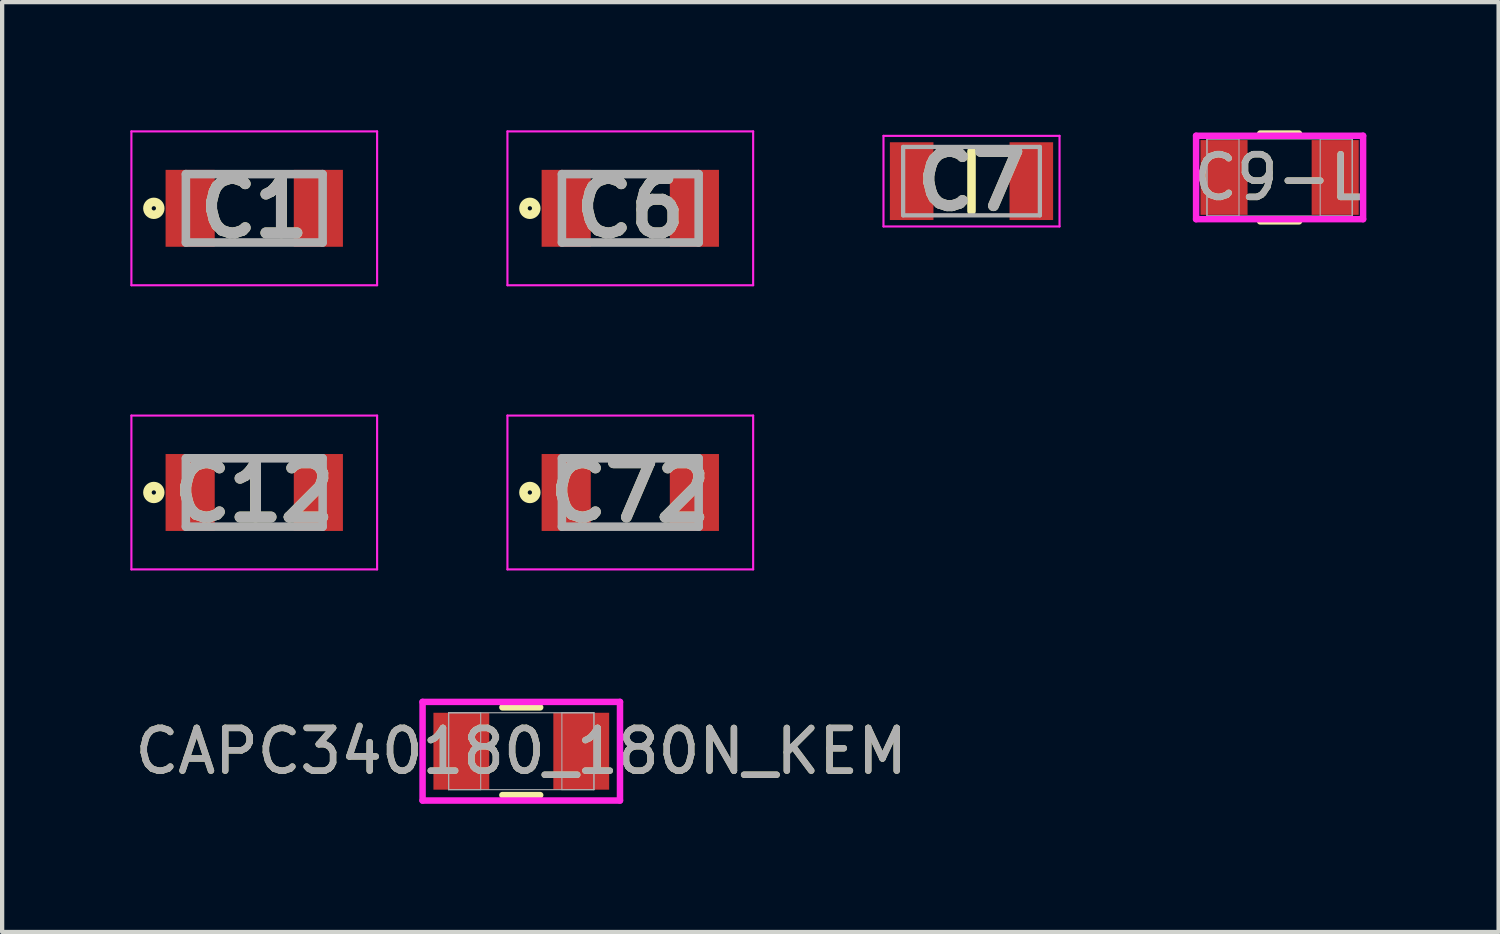
<source format=kicad_pcb>
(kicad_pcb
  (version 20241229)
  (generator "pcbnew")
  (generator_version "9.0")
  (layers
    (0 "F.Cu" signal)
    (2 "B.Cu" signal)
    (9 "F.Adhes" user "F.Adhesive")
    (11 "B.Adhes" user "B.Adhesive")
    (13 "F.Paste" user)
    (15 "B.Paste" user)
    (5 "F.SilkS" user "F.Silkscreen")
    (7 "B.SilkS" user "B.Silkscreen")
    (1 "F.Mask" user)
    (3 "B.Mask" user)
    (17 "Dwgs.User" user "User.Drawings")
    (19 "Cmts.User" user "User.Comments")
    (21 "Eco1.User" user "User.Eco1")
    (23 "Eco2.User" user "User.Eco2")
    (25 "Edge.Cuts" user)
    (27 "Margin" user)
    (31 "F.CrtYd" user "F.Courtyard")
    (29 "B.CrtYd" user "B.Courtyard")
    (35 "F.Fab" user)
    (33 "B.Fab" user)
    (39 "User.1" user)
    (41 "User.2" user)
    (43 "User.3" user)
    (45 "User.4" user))
  (footprint "C1"
    (layer "F.Cu")
    (at 2.9 1.825)
    (property "Reference" "C1" (at 0 0 0) (layer "F.SilkS") (effects (font (size 1.27 1.27) (thickness 0.254))))
    (attr smd)
    (fp_circle (center -2.35 0) (end -2.35 0.05) (stroke (width 0.2) (type solid)) (fill no) (layer "F.SilkS"))
    (fp_line (start -2.875 -1.8) (end 2.875 -1.8) (stroke (width 0.05) (type solid)) (layer "F.CrtYd"))
    (fp_line (start -2.875 1.8) (end -2.875 -1.8) (stroke (width 0.05) (type solid)) (layer "F.CrtYd"))
    (fp_line (start 2.875 -1.8) (end 2.875 1.8) (stroke (width 0.05) (type solid)) (layer "F.CrtYd"))
    (fp_line (start 2.875 1.8) (end -2.875 1.8) (stroke (width 0.05) (type solid)) (layer "F.CrtYd"))
    (fp_line (start -1.6 -0.8) (end 1.6 -0.8) (stroke (width 0.2) (type solid)) (layer "F.Fab"))
    (fp_line (start -1.6 0.8) (end -1.6 -0.8) (stroke (width 0.2) (type solid)) (layer "F.Fab"))
    (fp_line (start 1.6 -0.8) (end 1.6 0.8) (stroke (width 0.2) (type solid)) (layer "F.Fab"))
    (fp_line (start 1.6 0.8) (end -1.6 0.8) (stroke (width 0.2) (type solid)) (layer "F.Fab"))
    (fp_text user "${REFERENCE}" (at 0 0 0) (layer "F.Fab") (effects (font (size 1.27 1.27) (thickness 0.254))))
    (pad "1" smd rect (at -1.5 0) (size 1.15 1.8) (layers "F.Cu" "F.Mask" "F.Paste"))
    (pad "2" smd rect (at 1.5 0) (size 1.15 1.8) (layers "F.Cu" "F.Mask" "F.Paste")))
  (footprint "C9-L"
    (layer "F.Cu")
    (at 26.895 1.103)
    (property "Reference" "C9-L" (at 0 0 0) (unlocked yes) (layer "F.SilkS") (effects (font (size 1 1) (thickness 0.15))))
    (attr smd)
    (fp_line (start -0.454 1.027) (end 0.454 1.027) (stroke (width 0.152) (type solid)) (layer "F.SilkS"))
    (fp_line (start 0.454 -1.027) (end -0.454 -1.027) (stroke (width 0.152) (type solid)) (layer "F.SilkS"))
    (fp_line (start -1.954 -0.976) (end 1.954 -0.976) (stroke (width 0.152) (type solid)) (layer "F.CrtYd"))
    (fp_line (start -1.954 0.976) (end -1.954 -0.976) (stroke (width 0.152) (type solid)) (layer "F.CrtYd"))
    (fp_line (start 1.954 -0.976) (end 1.954 0.976) (stroke (width 0.152) (type solid)) (layer "F.CrtYd"))
    (fp_line (start 1.954 0.976) (end -1.954 0.976) (stroke (width 0.152) (type solid)) (layer "F.CrtYd"))
    (fp_line (start -1.7 -0.9) (end -1.7 0.9) (stroke (width 0.025) (type solid)) (layer "F.Fab"))
    (fp_line (start -1.7 -0.9) (end -1.7 0.9) (stroke (width 0.025) (type solid)) (layer "F.Fab"))
    (fp_line (start -1.7 0.9) (end -0.95 0.9) (stroke (width 0.025) (type solid)) (layer "F.Fab"))
    (fp_line (start -1.7 0.9) (end 1.7 0.9) (stroke (width 0.025) (type solid)) (layer "F.Fab"))
    (fp_line (start -0.95 -0.9) (end -1.7 -0.9) (stroke (width 0.025) (type solid)) (layer "F.Fab"))
    (fp_line (start -0.95 0.9) (end -0.95 -0.9) (stroke (width 0.025) (type solid)) (layer "F.Fab"))
    (fp_line (start 0.95 -0.9) (end 0.95 0.9) (stroke (width 0.025) (type solid)) (layer "F.Fab"))
    (fp_line (start 0.95 0.9) (end 1.7 0.9) (stroke (width 0.025) (type solid)) (layer "F.Fab"))
    (fp_line (start 1.7 -0.9) (end -1.7 -0.9) (stroke (width 0.025) (type solid)) (layer "F.Fab"))
    (fp_line (start 1.7 -0.9) (end 0.95 -0.9) (stroke (width 0.025) (type solid)) (layer "F.Fab"))
    (fp_line (start 1.7 0.9) (end 1.7 -0.9) (stroke (width 0.025) (type solid)) (layer "F.Fab"))
    (fp_line (start 1.7 0.9) (end 1.7 -0.9) (stroke (width 0.025) (type solid)) (layer "F.Fab"))
    (fp_text user "${REFERENCE}" (at 0 0 0) (unlocked yes) (layer "F.Fab") (effects (font (size 1 1) (thickness 0.15))))
    (pad "1" smd rect (at -1.301 0) (size 1.102 1.749) (layers "F.Cu" "F.Mask" "F.Paste"))
    (pad "2" smd rect (at 1.301 0) (size 1.102 1.749) (layers "F.Cu" "F.Mask" "F.Paste"))
    (zone (net_name "") (layer "F.Cu") (hatch full 0.508) (connect_pads) (min_thickness 0.254) (filled_areas_thickness no) (keepout (tracks not_allowed) (vias not_allowed) (pads allowed) (copperpour not_allowed) (footprints allowed)) (placement (enabled no)) (fill) (polygon (pts (xy 26.196 0.254) (xy 27.594 0.254) (xy 27.594 1.952) (xy 26.196 1.952)))))
  (footprint "C6"
    (layer "F.Cu")
    (at 11.7 1.825)
    (property "Reference" "C6" (at 0 0 0) (layer "F.SilkS") (effects (font (size 1.27 1.27) (thickness 0.254))))
    (attr smd)
    (fp_circle (center -2.35 0) (end -2.35 0.05) (stroke (width 0.2) (type solid)) (fill no) (layer "F.SilkS"))
    (fp_line (start -2.875 -1.8) (end 2.875 -1.8) (stroke (width 0.05) (type solid)) (layer "F.CrtYd"))
    (fp_line (start -2.875 1.8) (end -2.875 -1.8) (stroke (width 0.05) (type solid)) (layer "F.CrtYd"))
    (fp_line (start 2.875 -1.8) (end 2.875 1.8) (stroke (width 0.05) (type solid)) (layer "F.CrtYd"))
    (fp_line (start 2.875 1.8) (end -2.875 1.8) (stroke (width 0.05) (type solid)) (layer "F.CrtYd"))
    (fp_line (start -1.6 -0.8) (end 1.6 -0.8) (stroke (width 0.2) (type solid)) (layer "F.Fab"))
    (fp_line (start -1.6 0.8) (end -1.6 -0.8) (stroke (width 0.2) (type solid)) (layer "F.Fab"))
    (fp_line (start 1.6 -0.8) (end 1.6 0.8) (stroke (width 0.2) (type solid)) (layer "F.Fab"))
    (fp_line (start 1.6 0.8) (end -1.6 0.8) (stroke (width 0.2) (type solid)) (layer "F.Fab"))
    (fp_text user "${REFERENCE}" (at 0 0 0) (layer "F.Fab") (effects (font (size 1.27 1.27) (thickness 0.254))))
    (pad "1" smd rect (at -1.5 0) (size 1.15 1.8) (layers "F.Cu" "F.Mask" "F.Paste"))
    (pad "2" smd rect (at 1.5 0) (size 1.15 1.8) (layers "F.Cu" "F.Mask" "F.Paste")))
  (footprint "C72"
    (layer "F.Cu")
    (at 11.7 8.475)
    (property "Reference" "C72" (at 0 0 0) (layer "F.SilkS") (effects (font (size 1.27 1.27) (thickness 0.254))))
    (attr smd)
    (fp_circle (center -2.35 0) (end -2.35 0.05) (stroke (width 0.2) (type solid)) (fill no) (layer "F.SilkS"))
    (fp_line (start -2.875 -1.8) (end 2.875 -1.8) (stroke (width 0.05) (type solid)) (layer "F.CrtYd"))
    (fp_line (start -2.875 1.8) (end -2.875 -1.8) (stroke (width 0.05) (type solid)) (layer "F.CrtYd"))
    (fp_line (start 2.875 -1.8) (end 2.875 1.8) (stroke (width 0.05) (type solid)) (layer "F.CrtYd"))
    (fp_line (start 2.875 1.8) (end -2.875 1.8) (stroke (width 0.05) (type solid)) (layer "F.CrtYd"))
    (fp_line (start -1.6 -0.8) (end 1.6 -0.8) (stroke (width 0.2) (type solid)) (layer "F.Fab"))
    (fp_line (start -1.6 0.8) (end -1.6 -0.8) (stroke (width 0.2) (type solid)) (layer "F.Fab"))
    (fp_line (start 1.6 -0.8) (end 1.6 0.8) (stroke (width 0.2) (type solid)) (layer "F.Fab"))
    (fp_line (start 1.6 0.8) (end -1.6 0.8) (stroke (width 0.2) (type solid)) (layer "F.Fab"))
    (fp_text user "${REFERENCE}" (at 0 0 0) (layer "F.Fab") (effects (font (size 1.27 1.27) (thickness 0.254))))
    (pad "1" smd rect (at -1.5 0) (size 1.15 1.8) (layers "F.Cu" "F.Mask" "F.Paste"))
    (pad "2" smd rect (at 1.5 0) (size 1.15 1.8) (layers "F.Cu" "F.Mask" "F.Paste")))
  (footprint "C12"
    (layer "F.Cu")
    (at 2.9 8.475)
    (property "Reference" "C12" (at 0 0 0) (layer "F.SilkS") (effects (font (size 1.27 1.27) (thickness 0.254))))
    (attr smd)
    (fp_circle (center -2.35 0) (end -2.35 0.05) (stroke (width 0.2) (type solid)) (fill no) (layer "F.SilkS"))
    (fp_line (start -2.875 -1.8) (end 2.875 -1.8) (stroke (width 0.05) (type solid)) (layer "F.CrtYd"))
    (fp_line (start -2.875 1.8) (end -2.875 -1.8) (stroke (width 0.05) (type solid)) (layer "F.CrtYd"))
    (fp_line (start 2.875 -1.8) (end 2.875 1.8) (stroke (width 0.05) (type solid)) (layer "F.CrtYd"))
    (fp_line (start 2.875 1.8) (end -2.875 1.8) (stroke (width 0.05) (type solid)) (layer "F.CrtYd"))
    (fp_line (start -1.6 -0.8) (end 1.6 -0.8) (stroke (width 0.2) (type solid)) (layer "F.Fab"))
    (fp_line (start -1.6 0.8) (end -1.6 -0.8) (stroke (width 0.2) (type solid)) (layer "F.Fab"))
    (fp_line (start 1.6 -0.8) (end 1.6 0.8) (stroke (width 0.2) (type solid)) (layer "F.Fab"))
    (fp_line (start 1.6 0.8) (end -1.6 0.8) (stroke (width 0.2) (type solid)) (layer "F.Fab"))
    (fp_text user "${REFERENCE}" (at 0 0 0) (layer "F.Fab") (effects (font (size 1.27 1.27) (thickness 0.254))))
    (pad "1" smd rect (at -1.5 0) (size 1.15 1.8) (layers "F.Cu" "F.Mask" "F.Paste"))
    (pad "2" smd rect (at 1.5 0) (size 1.15 1.8) (layers "F.Cu" "F.Mask" "F.Paste")))
  (footprint "C7"
    (layer "F.Cu")
    (at 19.685 1.189)
    (property "Reference" "C7" (at 0 0 0) (layer "F.SilkS") (effects (font (size 1.27 1.27) (thickness 0.254))))
    (attr smd)
    (fp_line (start 0 -0.7) (end 0 0.7) (stroke (width 0.2) (type solid)) (layer "F.SilkS"))
    (fp_line (start -2.06 -1.06) (end 2.06 -1.06) (stroke (width 0.05) (type solid)) (layer "F.CrtYd"))
    (fp_line (start -2.06 1.06) (end -2.06 -1.06) (stroke (width 0.05) (type solid)) (layer "F.CrtYd"))
    (fp_line (start 2.06 -1.06) (end 2.06 1.06) (stroke (width 0.05) (type solid)) (layer "F.CrtYd"))
    (fp_line (start 2.06 1.06) (end -2.06 1.06) (stroke (width 0.05) (type solid)) (layer "F.CrtYd"))
    (fp_line (start -1.6 -0.8) (end 1.6 -0.8) (stroke (width 0.1) (type solid)) (layer "F.Fab"))
    (fp_line (start -1.6 0.8) (end -1.6 -0.8) (stroke (width 0.1) (type solid)) (layer "F.Fab"))
    (fp_line (start 1.6 -0.8) (end 1.6 0.8) (stroke (width 0.1) (type solid)) (layer "F.Fab"))
    (fp_line (start 1.6 0.8) (end -1.6 0.8) (stroke (width 0.1) (type solid)) (layer "F.Fab"))
    (fp_text user "${REFERENCE}" (at 0 0 0) (layer "F.Fab") (effects (font (size 1.27 1.27) (thickness 0.254))))
    (pad "1" smd rect (at -1.4 0) (size 1.02 1.82) (layers "F.Cu" "F.Mask" "F.Paste"))
    (pad "2" smd rect (at 1.4 0) (size 1.02 1.82) (layers "F.Cu" "F.Mask" "F.Paste")))
  (footprint "CAPC340180_180N_KEM"
    (layer "F.Cu")
    (at 9.149 14.53)
    (property "Reference" "CAPC340180_180N_KEM" (at 0 0 0) (unlocked yes) (layer "F.SilkS") (effects (font (size 1 1) (thickness 0.15))))
    (attr smd)
    (fp_line (start -0.442 1.027) (end 0.442 1.027) (stroke (width 0.152) (type solid)) (layer "F.SilkS"))
    (fp_line (start 0.442 -1.027) (end -0.442 -1.027) (stroke (width 0.152) (type solid)) (layer "F.SilkS"))
    (fp_line (start -2.31 -1.154) (end 2.31 -1.154) (stroke (width 0.152) (type solid)) (layer "F.CrtYd"))
    (fp_line (start -2.31 1.154) (end -2.31 -1.154) (stroke (width 0.152) (type solid)) (layer "F.CrtYd"))
    (fp_line (start 2.31 -1.154) (end 2.31 1.154) (stroke (width 0.152) (type solid)) (layer "F.CrtYd"))
    (fp_line (start 2.31 1.154) (end -2.31 1.154) (stroke (width 0.152) (type solid)) (layer "F.CrtYd"))
    (fp_line (start -1.7 -0.9) (end -1.7 0.9) (stroke (width 0.025) (type solid)) (layer "F.Fab"))
    (fp_line (start -1.7 -0.9) (end -1.7 0.9) (stroke (width 0.025) (type solid)) (layer "F.Fab"))
    (fp_line (start -1.7 0.9) (end -0.95 0.9) (stroke (width 0.025) (type solid)) (layer "F.Fab"))
    (fp_line (start -1.7 0.9) (end 1.7 0.9) (stroke (width 0.025) (type solid)) (layer "F.Fab"))
    (fp_line (start -0.95 -0.9) (end -1.7 -0.9) (stroke (width 0.025) (type solid)) (layer "F.Fab"))
    (fp_line (start -0.95 0.9) (end -0.95 -0.9) (stroke (width 0.025) (type solid)) (layer "F.Fab"))
    (fp_line (start 0.95 -0.9) (end 0.95 0.9) (stroke (width 0.025) (type solid)) (layer "F.Fab"))
    (fp_line (start 0.95 0.9) (end 1.7 0.9) (stroke (width 0.025) (type solid)) (layer "F.Fab"))
    (fp_line (start 1.7 -0.9) (end -1.7 -0.9) (stroke (width 0.025) (type solid)) (layer "F.Fab"))
    (fp_line (start 1.7 -0.9) (end 0.95 -0.9) (stroke (width 0.025) (type solid)) (layer "F.Fab"))
    (fp_line (start 1.7 0.9) (end 1.7 -0.9) (stroke (width 0.025) (type solid)) (layer "F.Fab"))
    (fp_line (start 1.7 0.9) (end 1.7 -0.9) (stroke (width 0.025) (type solid)) (layer "F.Fab"))
    (fp_text user "${REFERENCE}" (at 0 0 0) (unlocked yes) (layer "F.Fab") (effects (font (size 1 1) (thickness 0.15))))
    (pad "1" smd rect (at -1.403 0) (size 1.306 1.8) (layers "F.Cu" "F.Mask" "F.Paste"))
    (pad "2" smd rect (at 1.403 0) (size 1.306 1.8) (layers "F.Cu" "F.Mask" "F.Paste"))
    (zone (net_name "") (layer "F.Cu") (hatch full 0.508) (connect_pads) (min_thickness 0.254) (filled_areas_thickness no) (keepout (tracks not_allowed) (vias not_allowed) (pads allowed) (copperpour not_allowed) (footprints allowed)) (placement (enabled no)) (fill) (polygon (pts (xy 8.45 13.681) (xy 9.848 13.681) (xy 9.848 15.379) (xy 8.45 15.379)))))
  (gr_rect
    (start -3 -3)
    (end 32.02 18.76)
    (stroke (width 0.1) (type default))
    (fill no)
    (layer "Edge.Cuts")))
</source>
